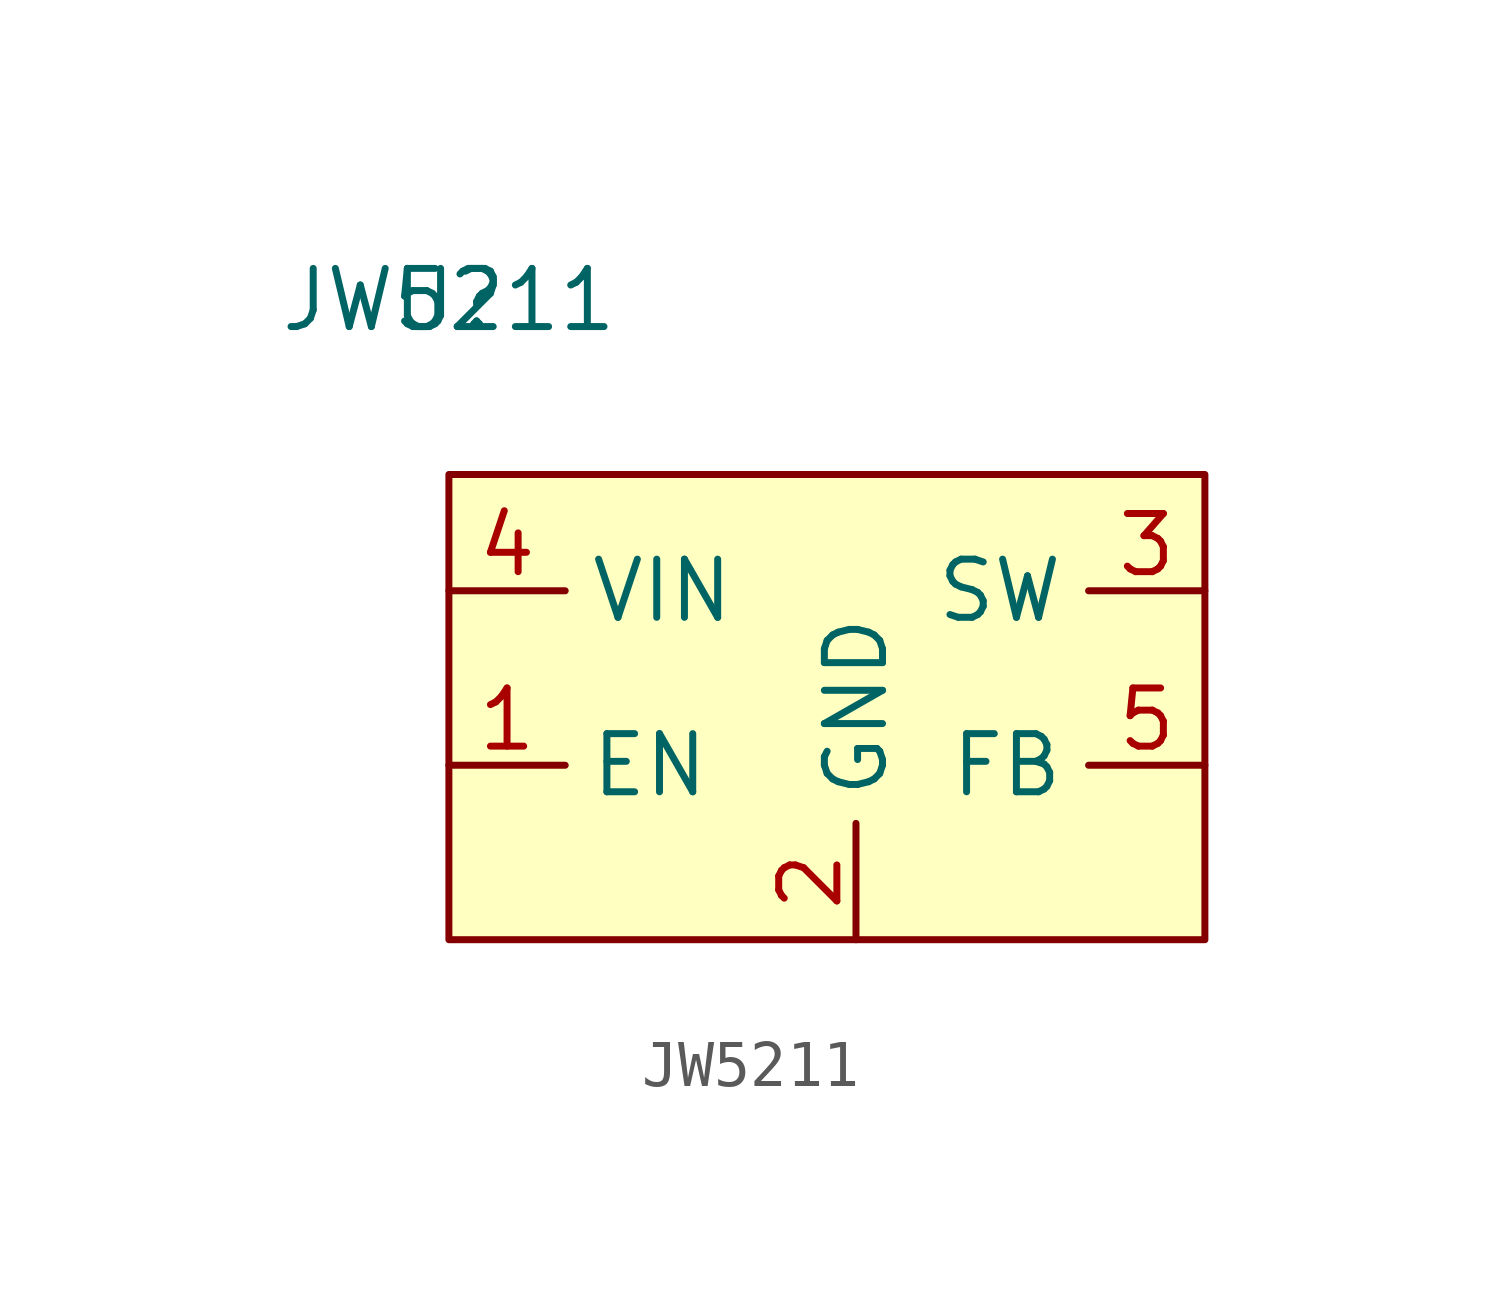
<source format=kicad_sym>
(kicad_symbol_lib
  (version 20211014)
  (generator kicad_symbol_editor)
  (symbol "JW5211"
    (property "Reference" "U"
      (at 0 0 0)
      (effects (font (size 1.27 1.27))))
    (property "Value" "JW5211"
      (at 0 0 0)
      (effects (font (size 1.27 1.27))))
    (symbol "JW5211_0_1"
      (rectangle (start 0 -3.81) (end 16.51 -13.97) (stroke (width 0) (type default) (color 0 0 0 0)) (fill (type background))))
    (symbol "JW5211_1_1"
      (pin input line (at 0 -10.16 0) (length 2.54) (name "EN" (effects (font (size 1.27 1.27)))) (number "1" (effects (font (size 1.27 1.27)))))
      (pin power_in line (at 8.89 -13.97 90) (length 2.54) (name "GND" (effects (font (size 1.27 1.27)))) (number "2" (effects (font (size 1.27 1.27)))))
      (pin input line (at 16.51 -6.35 180) (length 2.54) (name "SW" (effects (font (size 1.27 1.27)))) (number "3" (effects (font (size 1.27 1.27)))))
      (pin input line (at 0 -6.35 0) (length 2.54) (name "VIN" (effects (font (size 1.27 1.27)))) (number "4" (effects (font (size 1.27 1.27)))))
      (pin input line (at 16.51 -10.16 180) (length 2.54) (name "FB" (effects (font (size 1.27 1.27)))) (number "5" (effects (font (size 1.27 1.27))))))))
</source>
